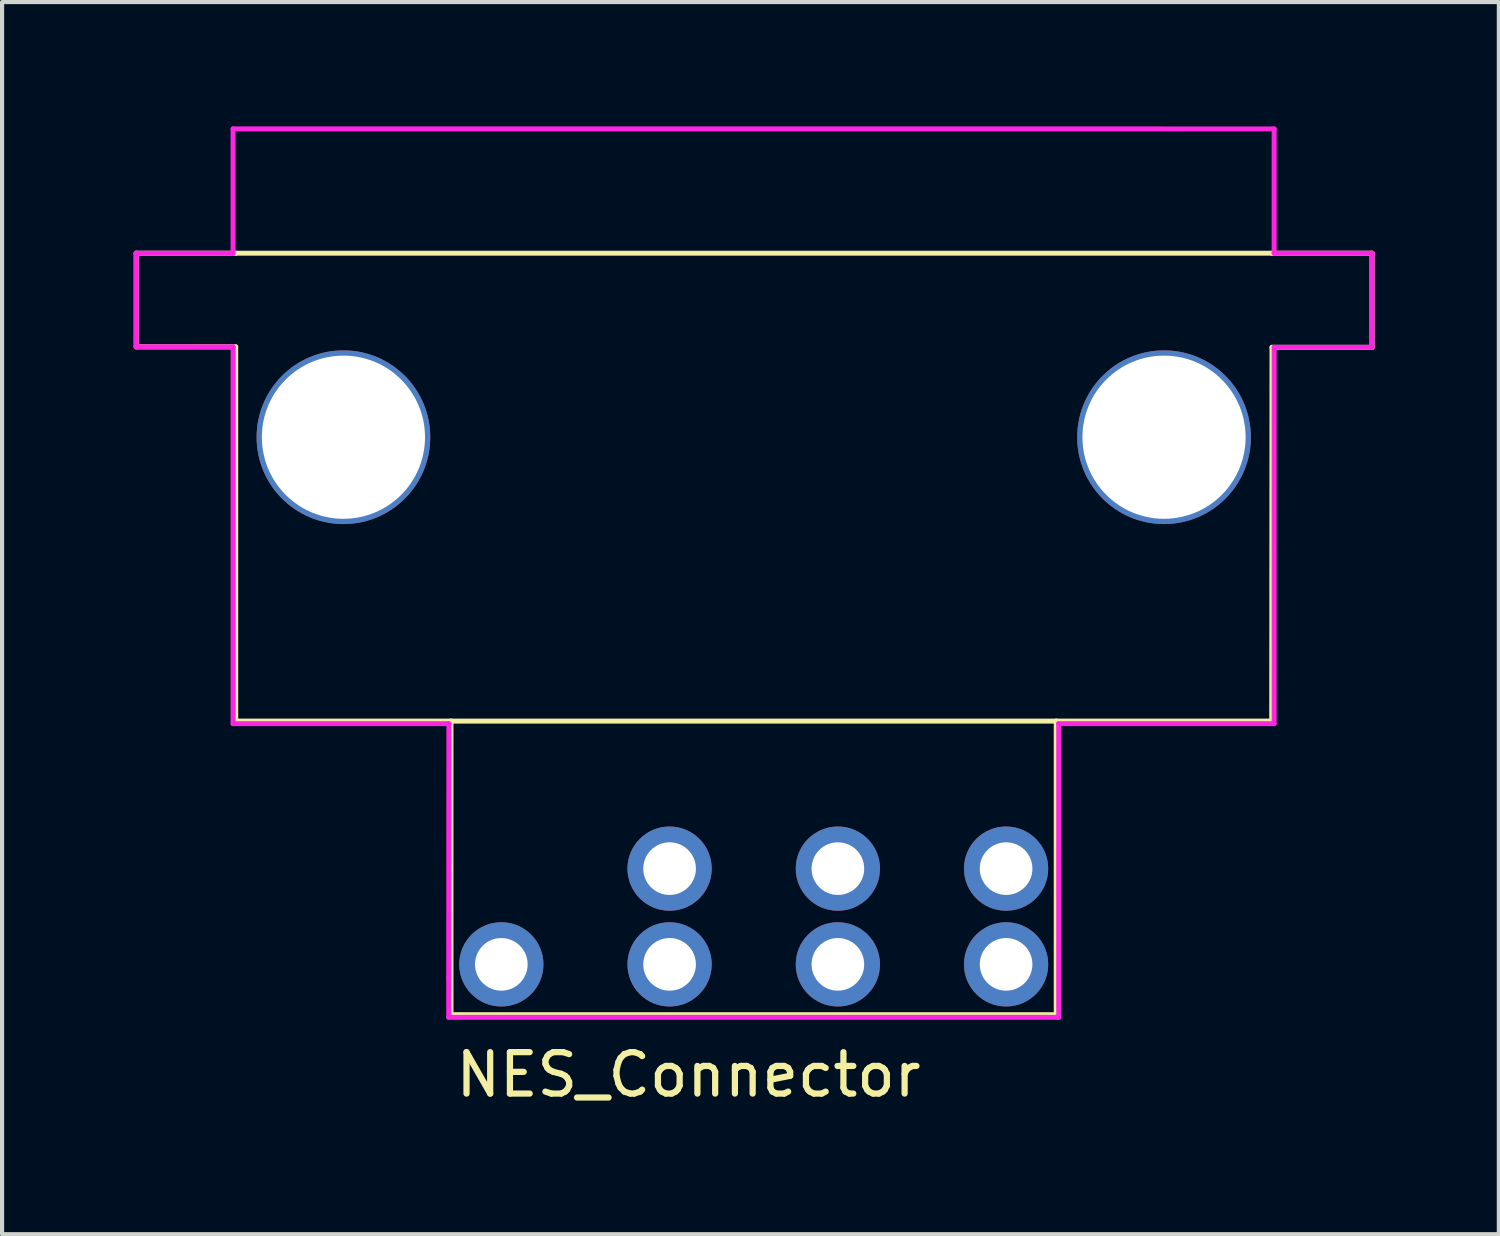
<source format=kicad_pcb>
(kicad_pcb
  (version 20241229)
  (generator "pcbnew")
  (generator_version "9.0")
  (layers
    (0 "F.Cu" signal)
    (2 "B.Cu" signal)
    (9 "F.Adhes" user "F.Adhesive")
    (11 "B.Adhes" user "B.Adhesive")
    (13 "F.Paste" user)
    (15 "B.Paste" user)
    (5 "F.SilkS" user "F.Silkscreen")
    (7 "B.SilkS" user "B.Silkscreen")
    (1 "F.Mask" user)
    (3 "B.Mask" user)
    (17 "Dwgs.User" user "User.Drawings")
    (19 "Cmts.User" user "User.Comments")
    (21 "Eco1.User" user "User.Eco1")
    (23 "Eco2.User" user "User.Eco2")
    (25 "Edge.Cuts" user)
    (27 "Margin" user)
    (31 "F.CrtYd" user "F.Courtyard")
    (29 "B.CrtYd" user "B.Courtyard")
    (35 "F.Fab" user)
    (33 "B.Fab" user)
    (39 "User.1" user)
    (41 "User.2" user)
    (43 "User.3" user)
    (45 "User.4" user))
  (footprint "NES_Connector"
    (layer "F.Cu")
    (at 0.25 3.058)
    (property "Reference" "NES_Connector" (at 7.62 19.825 180) (layer "F.SilkS") (effects (font (size 1 1) (thickness 0.15)) (justify left)))
    (attr through_hole)
    (fp_line (start -0.013 0.002) (end -0.013 2.261) (stroke (width 0.12) (type solid)) (layer "F.SilkS"))
    (fp_line (start -0.013 2.261) (end 2.388 2.261) (stroke (width 0.12) (type solid)) (layer "F.SilkS"))
    (fp_line (start 2.388 0.002) (end -0.013 0.002) (stroke (width 0.12) (type solid)) (layer "F.SilkS"))
    (fp_line (start 2.388 0.002) (end 27.387 0.002) (stroke (width 0.12) (type solid)) (layer "F.SilkS"))
    (fp_line (start 2.388 2.261) (end 2.388 11.292) (stroke (width 0.12) (type solid)) (layer "F.SilkS"))
    (fp_line (start 7.582 18.377) (end 7.582 11.29) (stroke (width 0.12) (type solid)) (layer "F.SilkS"))
    (fp_line (start 22.187 11.29) (end 22.187 18.377) (stroke (width 0.12) (type solid)) (layer "F.SilkS"))
    (fp_line (start 22.187 18.377) (end 7.582 18.377) (stroke (width 0.12) (type solid)) (layer "F.SilkS"))
    (fp_line (start 27.387 0.002) (end 29.807 0.002) (stroke (width 0.12) (type solid)) (layer "F.SilkS"))
    (fp_line (start 27.387 11.292) (end 2.388 11.292) (stroke (width 0.12) (type solid)) (layer "F.SilkS"))
    (fp_line (start 27.394 2.273) (end 27.387 11.292) (stroke (width 0.12) (type solid)) (layer "F.SilkS"))
    (fp_line (start 29.807 0.002) (end 29.807 2.273) (stroke (width 0.12) (type solid)) (layer "F.SilkS"))
    (fp_line (start 29.807 2.273) (end 27.394 2.273) (stroke (width 0.12) (type solid)) (layer "F.SilkS"))
    (fp_line (start -0.013 0.002) (end -0.013 2.261) (stroke (width 0.12) (type solid)) (layer "F.CrtYd"))
    (fp_line (start -0.013 2.261) (end 2.324 2.262) (stroke (width 0.12) (type solid)) (layer "F.CrtYd"))
    (fp_line (start 2.324 -2.998) (end 27.445 -2.997) (stroke (width 0.12) (type solid)) (layer "F.CrtYd"))
    (fp_line (start 2.324 -2.997) (end 2.324 0.002) (stroke (width 0.12) (type solid)) (layer "F.CrtYd"))
    (fp_line (start 2.324 0.002) (end -0.013 0.002) (stroke (width 0.12) (type solid)) (layer "F.CrtYd"))
    (fp_line (start 2.324 2.262) (end 2.324 11.354) (stroke (width 0.12) (type solid)) (layer "F.CrtYd"))
    (fp_line (start 7.527 17.482) (end 7.527 18.44) (stroke (width 0.12) (type solid)) (layer "F.CrtYd"))
    (fp_line (start 7.527 17.482) (end 7.531 11.354) (stroke (width 0.12) (type solid)) (layer "F.CrtYd"))
    (fp_line (start 7.531 11.354) (end 2.324 11.354) (stroke (width 0.12) (type solid)) (layer "F.CrtYd"))
    (fp_line (start 22.247 11.354) (end 27.445 11.354) (stroke (width 0.12) (type solid)) (layer "F.CrtYd"))
    (fp_line (start 22.247 18.44) (end 7.527 18.44) (stroke (width 0.12) (type solid)) (layer "F.CrtYd"))
    (fp_line (start 22.247 18.44) (end 22.247 11.354) (stroke (width 0.12) (type solid)) (layer "F.CrtYd"))
    (fp_line (start 27.445 -2.997) (end 27.445 0.002) (stroke (width 0.12) (type solid)) (layer "F.CrtYd"))
    (fp_line (start 27.445 0.002) (end 29.807 0.002) (stroke (width 0.12) (type solid)) (layer "F.CrtYd"))
    (fp_line (start 27.445 2.272) (end 27.445 11.354) (stroke (width 0.12) (type solid)) (layer "F.CrtYd"))
    (fp_line (start 29.807 0.002) (end 29.807 2.272) (stroke (width 0.12) (type solid)) (layer "F.CrtYd"))
    (fp_line (start 29.807 2.272) (end 27.445 2.272) (stroke (width 0.12) (type solid)) (layer "F.CrtYd"))
    (fp_line (start 4.987 4.442) (end 4.987 4.062) (stroke (width 0.12) (type solid)) (layer "F.Fab"))
    (fp_line (start 24.788 4.442) (end 24.788 3.992) (stroke (width 0.12) (type solid)) (layer "F.Fab"))
    (pad "" thru_hole circle (at 4.987 4.442 90) (size 4.191 4.191) (drill 3.937) (layers "*.Cu" "*.Mask"))
    (pad "" thru_hole circle (at 24.788 4.442 90) (size 4.191 4.191) (drill 3.937) (layers "*.Cu" "*.Mask"))
    (pad "1" thru_hole circle (at 8.797 17.162) (size 2.032 2.032) (drill 1.27) (layers "*.Cu" "*.Mask"))
    (pad "2" thru_hole circle (at 12.857 17.162) (size 2.032 2.032) (drill 1.27) (layers "*.Cu" "*.Mask"))
    (pad "3" thru_hole circle (at 16.918 17.162) (size 2.032 2.032) (drill 1.27) (layers "*.Cu" "*.Mask"))
    (pad "4" thru_hole circle (at 20.977 17.162) (size 2.032 2.032) (drill 1.27) (layers "*.Cu" "*.Mask"))
    (pad "5" thru_hole circle (at 20.977 14.852) (size 2.032 2.032) (drill 1.27) (layers "*.Cu" "*.Mask"))
    (pad "6" thru_hole circle (at 16.918 14.852) (size 2.032 2.032) (drill 1.27) (layers "*.Cu" "*.Mask"))
    (pad "7" thru_hole circle (at 12.857 14.852) (size 2.032 2.032) (drill 1.27) (layers "*.Cu" "*.Mask")))
  (gr_rect
    (start -3 -3)
    (end 33.117 26.731)
    (stroke (width 0.1) (type default))
    (fill no)
    (layer "Edge.Cuts")))
</source>
